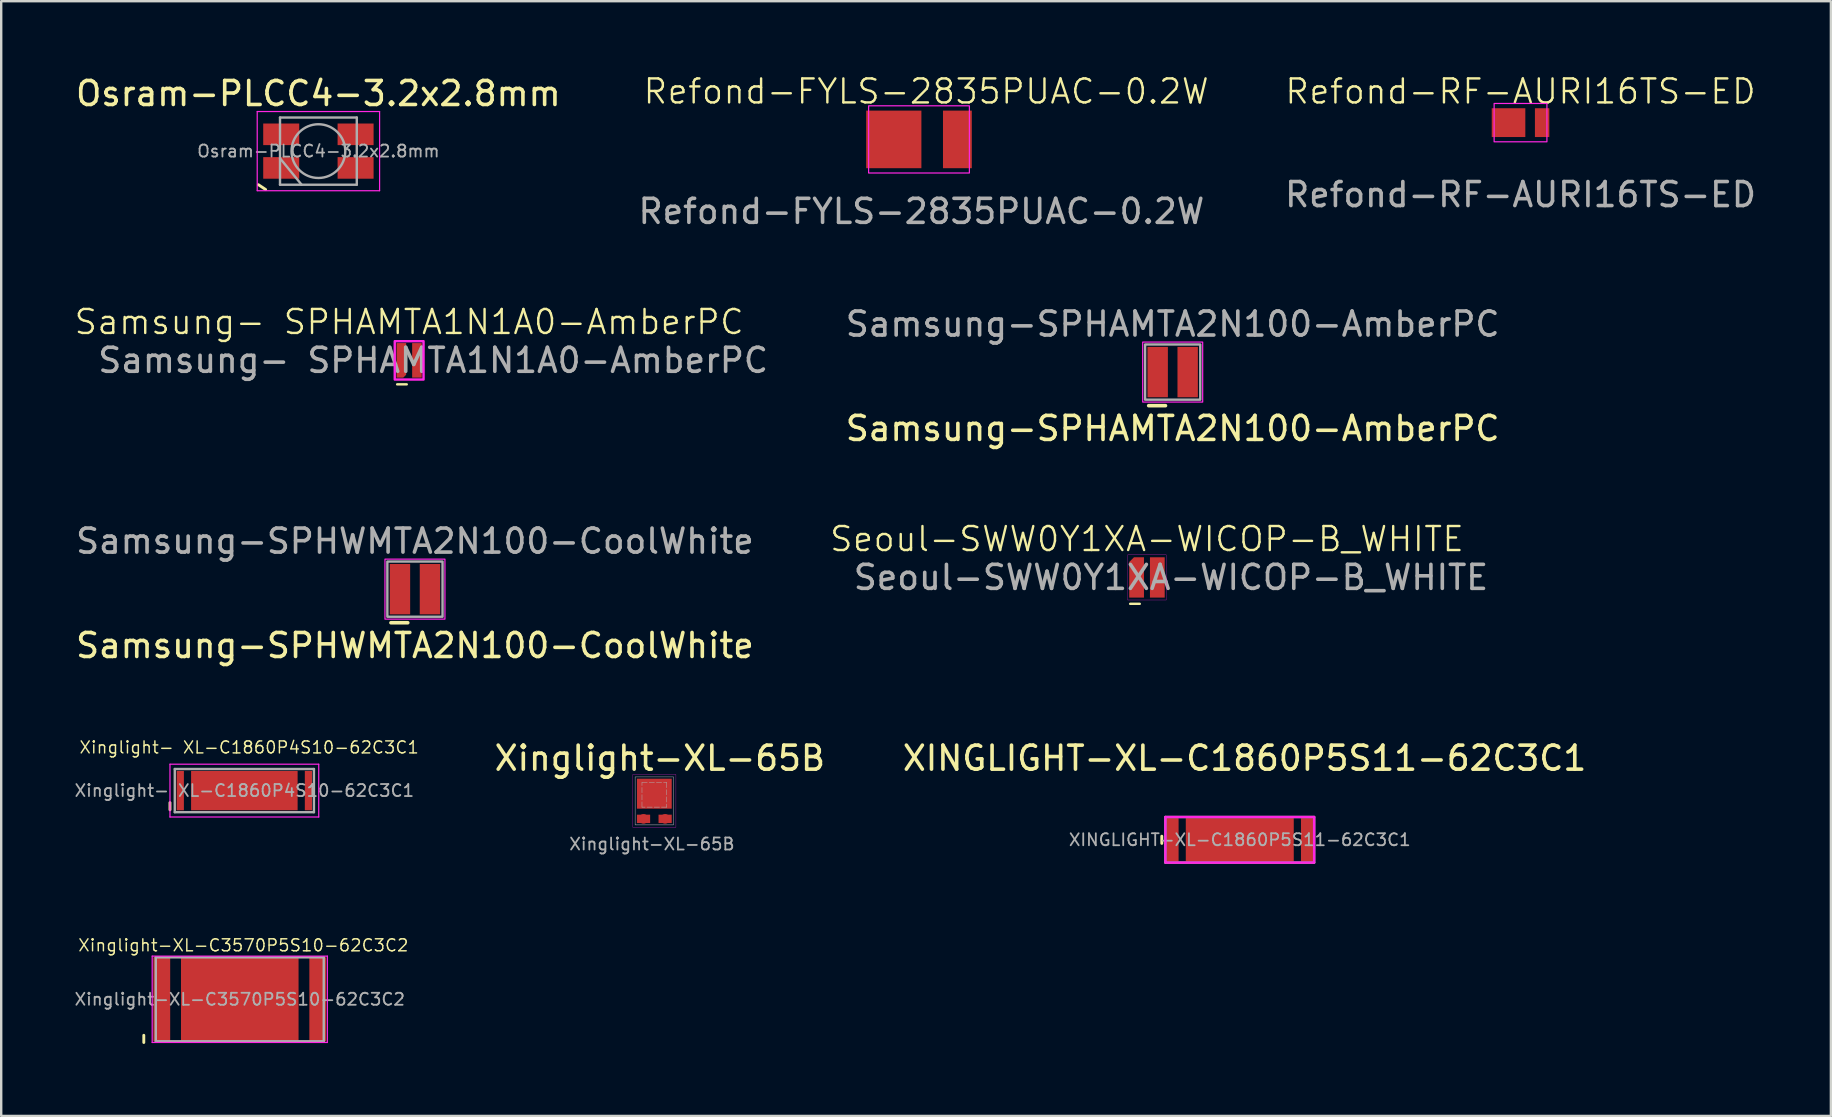
<source format=kicad_pcb>
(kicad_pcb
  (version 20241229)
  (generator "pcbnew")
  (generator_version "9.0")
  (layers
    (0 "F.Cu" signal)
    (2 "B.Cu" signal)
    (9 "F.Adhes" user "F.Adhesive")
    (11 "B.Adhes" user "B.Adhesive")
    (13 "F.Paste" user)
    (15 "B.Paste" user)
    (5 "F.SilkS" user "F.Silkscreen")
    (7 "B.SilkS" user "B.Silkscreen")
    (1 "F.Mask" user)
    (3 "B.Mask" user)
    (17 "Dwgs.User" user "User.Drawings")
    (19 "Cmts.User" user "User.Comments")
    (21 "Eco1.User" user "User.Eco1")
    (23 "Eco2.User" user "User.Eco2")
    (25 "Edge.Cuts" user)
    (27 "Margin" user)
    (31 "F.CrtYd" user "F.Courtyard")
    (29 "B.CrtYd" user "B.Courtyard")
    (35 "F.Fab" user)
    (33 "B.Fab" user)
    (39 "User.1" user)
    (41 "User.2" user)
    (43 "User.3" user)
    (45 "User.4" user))
  (footprint "Samsung-SPHWMTA2N100-CoolWhite"
    (layer "F.Cu")
    (at 14.244 21.504)
    (property "Reference" "Samsung-SPHWMTA2N100-CoolWhite" (at 0 2.35 0) (layer "F.SilkS") (effects (font (size 1 1) (thickness 0.15))))
    (attr smd)
    (fp_line (start -0.3 1.4) (end -1 1.4) (stroke (width 0.15) (type default)) (layer "F.SilkS"))
    (fp_poly (pts (xy -1.25 -1.25) (xy 1.25 -1.25) (xy 1.25 1.25) (xy -1.25 1.25)) (stroke (width 0.05) (type solid)) (fill no) (layer "F.CrtYd"))
    (fp_poly (pts (xy -1.15 -1.15) (xy 1.15 -1.15) (xy 1.15 1.15) (xy -1.15 1.15)) (stroke (width 0.1) (type solid)) (fill no) (layer "F.Fab"))
    (fp_text user "${REFERENCE}" (at 0 -2 0) (layer "F.Fab") (effects (font (size 1 1) (thickness 0.15))))
    (pad "1" smd rect (at -0.625 0 180) (size 0.85 2.1) (layers "F.Cu" "F.Mask" "F.Paste"))
    (pad "2" smd rect (at 0.625 0 180) (size 0.85 2.1) (layers "F.Cu" "F.Mask" "F.Paste")))
  (footprint "Seoul-SWW0Y1XA-WICOP-B_WHITE"
    (layer "F.Cu")
    (at 44.752 21.016)
    (property "Reference" "Seoul-SWW0Y1XA-WICOP-B_WHITE" (at 0 -1.6 0) (unlocked yes) (layer "F.SilkS") (effects (font (size 1 1) (thickness 0.1))))
    (attr smd)
    (fp_line (start -0.7 1.1) (end -0.3 1.1) (stroke (width 0.1) (type default)) (layer "F.SilkS"))
    (fp_rect (start -0.805 -0.94) (end 0.805 0.94) (stroke (width 0.01) (type solid)) (fill no) (layer "F.CrtYd"))
    (fp_text user "${REFERENCE}" (at 1 0 0) (unlocked yes) (layer "F.Fab") (effects (font (size 1 1) (thickness 0.15))))
    (pad "1" smd roundrect (at -0.432 0) (size 0.615 1.68) (layers "F.Cu" "F.Mask" "F.Paste") (roundrect_rratio 0) (chamfer_ratio 0.32) (chamfer top_left))
    (pad "2" smd rect (at 0.432 0) (size 0.615 1.68) (layers "F.Cu" "F.Mask" "F.Paste")))
  (footprint "Refond-FYLS-2835PUAC-0.2W"
    (layer "F.Cu")
    (at 35.351 2.76)
    (property "Reference" "Refond-FYLS-2835PUAC-0.2W" (at 0.2 -2 0) (unlocked yes) (layer "F.SilkS") (effects (font (size 1 1) (thickness 0.1))))
    (attr smd)
    (fp_rect (start -2.2 -1.4) (end 2 1.4) (stroke (width 0.05) (type solid)) (fill no) (layer "F.CrtYd"))
    (fp_text user "${REFERENCE}" (at 0 3 0) (unlocked yes) (layer "F.Fab") (effects (font (size 1 1) (thickness 0.15))))
    (pad "1" smd rect (at 1.5 0) (size 1.2 2.4) (layers "F.Cu" "F.Mask" "F.Paste"))
    (pad "2" smd rect (at -1.15 0) (size 2.3 2.4) (layers "F.Cu" "F.Mask" "F.Paste")))
  (footprint "Xinglight-XL-65B"
    (layer "F.Cu")
    (at 24.221 30.328)
    (property "Reference" "Xinglight-XL-65B" (at 0.23 -1.778 0) (layer "F.SilkS") (effects (font (size 1 1) (thickness 0.15))))
    (attr smd)
    (fp_rect (start -0.9 -1.1) (end 0.9 1.1) (stroke (width 0.01) (type default)) (fill no) (layer "F.CrtYd"))
    (fp_rect (start -0.515 -0.769) (end 0.515 0.261) (stroke (width 0.02) (type dash)) (fill no) (layer "F.Fab"))
    (fp_rect (start 0.8 1) (end -0.8 -1) (stroke (width 0.02) (type default)) (fill no) (layer "F.Fab"))
    (fp_text user "${REFERENCE}" (at -0.1 1.8 0) (layer "F.Fab") (effects (font (size 0.5 0.5) (thickness 0.075))))
    (pad "1" smd circle (at -0.45 0.75 180) (size 0.4 0.4) (layers "F.Cu" "Eco2.User"))
    (pad "1" smd rect (at -0.45 0.75 180) (size 0.55 0.35) (layers "F.Cu" "F.Mask" "F.Paste"))
    (pad "2" smd circle (at 0.45 0.75 180) (size 0.4 0.4) (layers "F.Cu" "Eco2.User"))
    (pad "2" smd rect (at 0.45 0.75 180) (size 0.55 0.35) (layers "F.Cu" "F.Mask" "F.Paste"))
    (pad "TH" smd circle (at 0 -0.3 180) (size 1 1) (layers "F.Cu" "Eco2.User"))
    (pad "TH" smd rect (at 0 -0.3 180) (size 1.45 1.25) (layers "F.Cu" "F.Mask" "F.Paste")))
  (footprint "Xinglight- XL-C1860P4S10-62C3C1"
    (layer "F.Cu")
    (at 7.134 29.9)
    (property "Reference" "Xinglight- XL-C1860P4S10-62C3C1" (at 0.2 -1.8 0) (layer "F.SilkS") (effects (font (size 0.5 0.5) (thickness 0.06))))
    (attr smd)
    (fp_line (start -3.1 0.5) (end -3.1 0.8) (stroke (width 0.12) (type solid)) (layer "F.SilkS"))
    (fp_line (start -3.1 -1.1) (end 3.1 -1.1) (stroke (width 0.05) (type solid)) (layer "F.CrtYd"))
    (fp_line (start -3.1 1.1) (end -3.1 -1.1) (stroke (width 0.05) (type solid)) (layer "F.CrtYd"))
    (fp_line (start 3.1 -1.1) (end 3.1 1.1) (stroke (width 0.05) (type solid)) (layer "F.CrtYd"))
    (fp_line (start 3.1 1.1) (end -3.1 1.1) (stroke (width 0.05) (type solid)) (layer "F.CrtYd"))
    (fp_line (start -2.9 -0.9) (end 2.9 -0.9) (stroke (width 0.1) (type solid)) (layer "F.Fab"))
    (fp_line (start -2.9 0.9) (end -2.9 -0.9) (stroke (width 0.1) (type solid)) (layer "F.Fab"))
    (fp_line (start 2.9 -0.9) (end 2.9 0.9) (stroke (width 0.1) (type solid)) (layer "F.Fab"))
    (fp_line (start 2.9 0.9) (end -2.9 0.9) (stroke (width 0.1) (type solid)) (layer "F.Fab"))
    (fp_text user "${REFERENCE}" (at 0 0 0) (layer "F.Fab") (effects (font (size 0.5 0.5) (thickness 0.075))))
    (pad "0" smd rect (at 0 0 90) (size 1.64 4.44) (layers "F.Cu" "F.Mask" "F.Paste"))
    (pad "1" smd rect (at -2.67 0 90) (size 1.64 0.3) (layers "F.Cu" "F.Mask" "F.Paste"))
    (pad "2" smd rect (at 2.67 0 90) (size 1.64 0.3) (layers "F.Cu" "F.Mask" "F.Paste")))
  (footprint "XINGLIGHT-XL-C1860P5S11-62C3C1"
    (layer "F.Cu")
    (at 48.62 31.95)
    (property "Reference" "XINGLIGHT-XL-C1860P5S11-62C3C1" (at 0.2 -3.4 0) (layer "F.SilkS") (effects (font (size 1 1) (thickness 0.15))))
    (attr smd)
    (fp_line (start -3.25 -0.15) (end -3.25 0.15) (stroke (width 0.12) (type solid)) (layer "F.SilkS"))
    (fp_rect (start -3.1 -0.95) (end 3.1 0.95) (stroke (width 0.1) (type default)) (fill no) (layer "F.CrtYd"))
    (fp_line (start -3.1 -0.95) (end 3.1 -0.95) (stroke (width 0.1) (type solid)) (layer "F.Fab"))
    (fp_line (start -3.1 0.95) (end -3.1 -0.95) (stroke (width 0.1) (type solid)) (layer "F.Fab"))
    (fp_line (start 3.1 -0.95) (end 3.1 0.95) (stroke (width 0.1) (type solid)) (layer "F.Fab"))
    (fp_line (start 3.1 0.95) (end -3.1 0.95) (stroke (width 0.1) (type solid)) (layer "F.Fab"))
    (fp_text user "${REFERENCE}" (at 0 0 0) (layer "F.Fab") (effects (font (size 0.5 0.5) (thickness 0.075))))
    (pad "0" smd rect (at 0 0 90) (size 1.8 4.5) (layers "F.Cu" "F.Mask" "F.Paste"))
    (pad "1" smd rect (at -2.8 0 90) (size 1.8 0.5) (layers "F.Cu" "F.Mask" "F.Paste"))
    (pad "2" smd rect (at 2.8 0 90) (size 1.8 0.5) (layers "F.Cu" "F.Mask" "F.Paste")))
  (footprint "Xinglight-XL-C3570P5S10-62C3C2"
    (layer "F.Cu")
    (at 6.943 38.598)
    (property "Reference" "Xinglight-XL-C3570P5S10-62C3C2" (at 0.15 -2.25 0) (layer "F.SilkS") (effects (font (size 0.5 0.5) (thickness 0.06))))
    (attr smd)
    (fp_line (start -4 1.5) (end -4 1.8) (stroke (width 0.12) (type solid)) (layer "F.SilkS"))
    (fp_line (start -3.65 -1.8) (end 3.65 -1.8) (stroke (width 0.05) (type solid)) (layer "F.CrtYd"))
    (fp_line (start -3.65 1.8) (end -3.65 -1.8) (stroke (width 0.05) (type solid)) (layer "F.CrtYd"))
    (fp_line (start 3.65 -1.8) (end 3.65 1.8) (stroke (width 0.05) (type solid)) (layer "F.CrtYd"))
    (fp_line (start 3.65 1.8) (end -3.65 1.8) (stroke (width 0.05) (type solid)) (layer "F.CrtYd"))
    (fp_line (start -3.5 -1.75) (end 3.5 -1.75) (stroke (width 0.1) (type solid)) (layer "F.Fab"))
    (fp_line (start -3.5 1.75) (end -3.5 -1.75) (stroke (width 0.1) (type solid)) (layer "F.Fab"))
    (fp_line (start 3.5 -1.75) (end 3.5 1.75) (stroke (width 0.1) (type solid)) (layer "F.Fab"))
    (fp_line (start 3.5 1.75) (end -3.5 1.75) (stroke (width 0.1) (type solid)) (layer "F.Fab"))
    (fp_text user "${REFERENCE}" (at 0 0 0) (layer "F.Fab") (effects (font (size 0.5 0.5) (thickness 0.075))))
    (pad "0" smd rect (at 0 0 90) (size 3.5 4.9) (layers "F.Cu" "F.Mask" "F.Paste"))
    (pad "1" smd rect (at -3.25 0 90) (size 3.5 0.7) (layers "F.Cu" "F.Mask" "F.Paste"))
    (pad "2" smd rect (at 3.25 0 90) (size 3.5 0.7) (layers "F.Cu" "F.Mask" "F.Paste")))
  (footprint "Refond-RF-AURI16TS-ED"
    (layer "F.Cu")
    (at 60.321 2.061)
    (property "Reference" "Refond-RF-AURI16TS-ED" (at 0 -1.3 0) (unlocked yes) (layer "F.SilkS") (effects (font (size 1 1) (thickness 0.1))))
    (attr smd)
    (fp_rect (start -1.1 -0.8) (end 1.1 0.8) (stroke (width 0.05) (type solid)) (fill no) (layer "F.CrtYd"))
    (fp_text user "${REFERENCE}" (at 0 3 0) (unlocked yes) (layer "F.Fab") (effects (font (size 1 1) (thickness 0.15))))
    (pad "1" smd rect (at 0.9 0) (size 0.6 1.2) (layers "F.Cu" "F.Mask" "F.Paste"))
    (pad "2" smd rect (at -0.5 0) (size 1.4 1.2) (layers "F.Cu" "F.Mask" "F.Paste")))
  (footprint "Samsung-SPHAMTA2N100-AmberPC"
    (layer "F.Cu")
    (at 45.824 12.457)
    (property "Reference" "Samsung-SPHAMTA2N100-AmberPC" (at 0 2.35 0) (layer "F.SilkS") (effects (font (size 1 1) (thickness 0.15))))
    (attr smd)
    (fp_line (start -0.3 1.4) (end -1 1.4) (stroke (width 0.15) (type default)) (layer "F.SilkS"))
    (fp_poly (pts (xy -1.25 -1.25) (xy 1.25 -1.25) (xy 1.25 1.25) (xy -1.25 1.25)) (stroke (width 0.05) (type solid)) (fill no) (layer "F.CrtYd"))
    (fp_poly (pts (xy -1.15 -1.15) (xy 1.15 -1.15) (xy 1.15 1.15) (xy -1.15 1.15)) (stroke (width 0.1) (type solid)) (fill no) (layer "F.Fab"))
    (fp_text user "${REFERENCE}" (at 0 -2 0) (layer "F.Fab") (effects (font (size 1 1) (thickness 0.15))))
    (pad "1" smd rect (at -0.625 0 180) (size 0.85 2.1) (layers "F.Cu" "F.Mask" "F.Paste"))
    (pad "2" smd rect (at 0.625 0 180) (size 0.85 2.1) (layers "F.Cu" "F.Mask" "F.Paste")))
  (footprint "Samsung- SPHAMTA1N1A0-AmberPC"
    (layer "F.Cu")
    (at 14.002 11.969)
    (property "Reference" "Samsung- SPHAMTA1N1A0-AmberPC" (at 0 -1.6 0) (unlocked yes) (layer "F.SilkS") (effects (font (size 1 1) (thickness 0.1))))
    (attr smd)
    (fp_line (start -0.5 1) (end -0.1 1) (stroke (width 0.1) (type default)) (layer "F.SilkS"))
    (fp_rect (start -0.6 -0.8) (end 0.6 0.8) (stroke (width 0.1) (type solid)) (fill no) (layer "F.CrtYd"))
    (fp_text user "${REFERENCE}" (at 1 0 0) (unlocked yes) (layer "F.Fab") (effects (font (size 1 1) (thickness 0.15))))
    (pad "1" smd roundrect (at -0.325 0) (size 0.4 1.44) (layers "F.Cu" "F.Mask" "F.Paste") (roundrect_rratio 0) (chamfer_ratio 0.3) (chamfer bottom_right))
    (pad "2" smd rect (at 0.325 0) (size 0.4 1.44) (layers "F.Cu" "F.Mask" "F.Paste")))
  (footprint "Osram-PLCC4-3.2x2.8mm"
    (layer "F.Cu")
    (at 10.22 3.248)
    (property "Reference" "Osram-PLCC4-3.2x2.8mm" (at 0 -2.4 0) (layer "F.SilkS") (effects (font (size 1 1) (thickness 0.15))))
    (attr smd)
    (fp_line (start -2.5 1.4) (end -2.2 1.6) (stroke (width 0.12) (type solid)) (layer "F.SilkS"))
    (fp_line (start -2.55 -1.65) (end -2.55 1.65) (stroke (width 0.05) (type solid)) (layer "F.CrtYd"))
    (fp_line (start -2.55 1.65) (end 2.55 1.65) (stroke (width 0.05) (type solid)) (layer "F.CrtYd"))
    (fp_line (start 2.55 -1.65) (end -2.55 -1.65) (stroke (width 0.05) (type solid)) (layer "F.CrtYd"))
    (fp_line (start 2.55 1.65) (end 2.55 -1.65) (stroke (width 0.05) (type solid)) (layer "F.CrtYd"))
    (fp_line (start -1.6 -1.4) (end -1.6 1.4) (stroke (width 0.1) (type solid)) (layer "F.Fab"))
    (fp_line (start -1.6 1.4) (end 1.6 1.4) (stroke (width 0.1) (type solid)) (layer "F.Fab"))
    (fp_line (start -0.7 1.4) (end -1.6 0.3) (stroke (width 0.1) (type solid)) (layer "F.Fab"))
    (fp_line (start 1.6 -1.4) (end -1.6 -1.4) (stroke (width 0.1) (type solid)) (layer "F.Fab"))
    (fp_line (start 1.6 1.4) (end 1.6 -1.4) (stroke (width 0.1) (type solid)) (layer "F.Fab"))
    (fp_circle (center 0 0) (end 1.12 0) (stroke (width 0.1) (type solid)) (fill no) (layer "F.Fab"))
    (fp_text user "${REFERENCE}" (at 0 0 0) (layer "F.Fab") (effects (font (size 0.5 0.5) (thickness 0.075))))
    (pad "1" smd rect (at -1.55 0.7) (size 1.5 0.9) (layers "F.Cu" "F.Mask" "F.Paste"))
    (pad "2" smd rect (at -1.55 -0.7) (size 1.5 0.9) (layers "F.Cu" "F.Mask" "F.Paste"))
    (pad "2" smd rect (at 1.55 -0.7) (size 1.5 0.9) (layers "F.Cu" "F.Mask" "F.Paste"))
    (pad "2" smd rect (at 1.55 0.7) (size 1.5 0.9) (layers "F.Cu" "F.Mask" "F.Paste")))
  (gr_rect
    (start -3 -3)
    (end 73.256 43.458)
    (stroke (width 0.1) (type default))
    (fill no)
    (layer "Edge.Cuts")))
</source>
